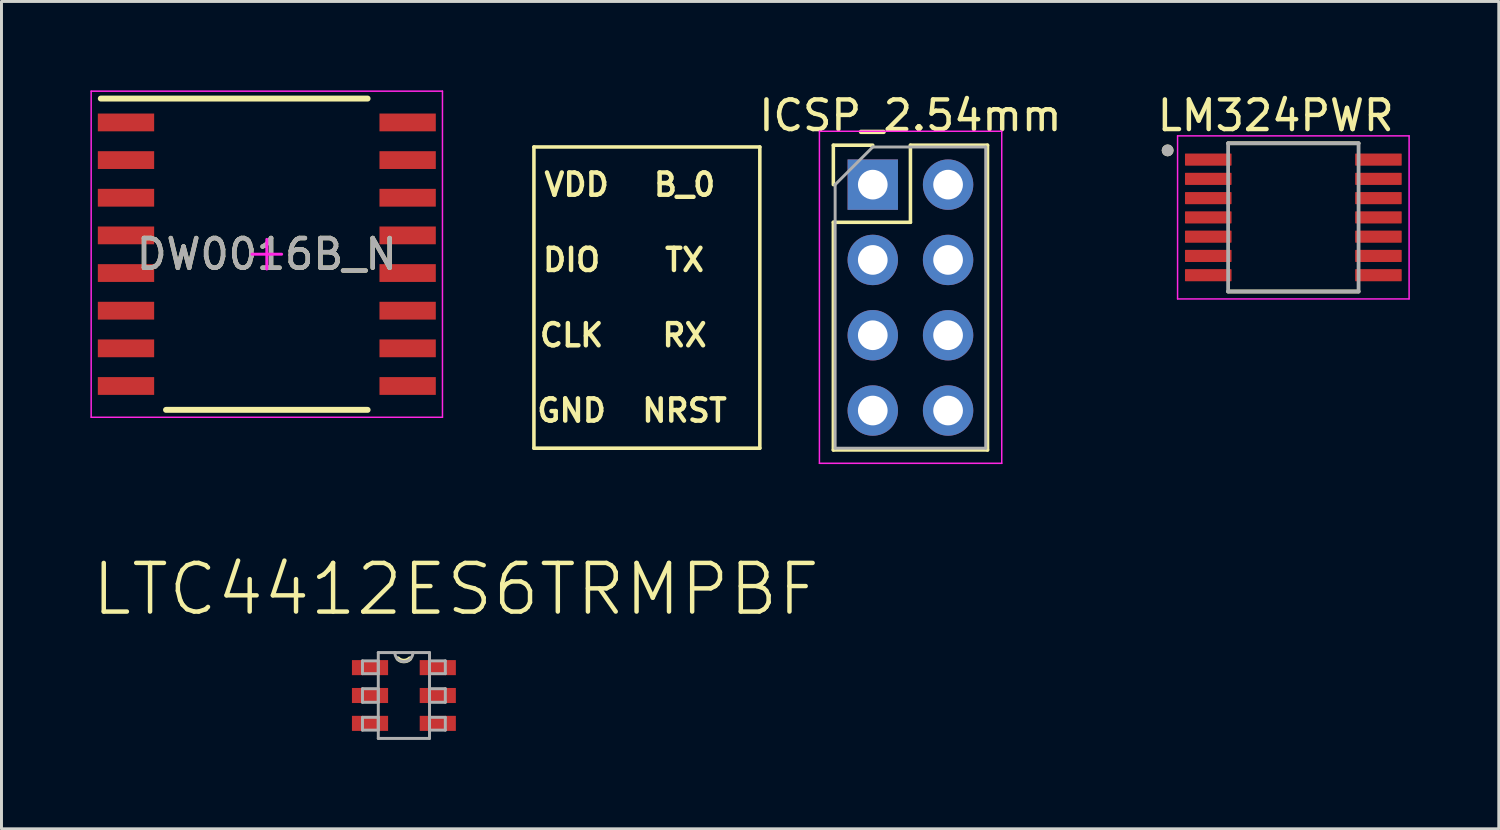
<source format=kicad_pcb>
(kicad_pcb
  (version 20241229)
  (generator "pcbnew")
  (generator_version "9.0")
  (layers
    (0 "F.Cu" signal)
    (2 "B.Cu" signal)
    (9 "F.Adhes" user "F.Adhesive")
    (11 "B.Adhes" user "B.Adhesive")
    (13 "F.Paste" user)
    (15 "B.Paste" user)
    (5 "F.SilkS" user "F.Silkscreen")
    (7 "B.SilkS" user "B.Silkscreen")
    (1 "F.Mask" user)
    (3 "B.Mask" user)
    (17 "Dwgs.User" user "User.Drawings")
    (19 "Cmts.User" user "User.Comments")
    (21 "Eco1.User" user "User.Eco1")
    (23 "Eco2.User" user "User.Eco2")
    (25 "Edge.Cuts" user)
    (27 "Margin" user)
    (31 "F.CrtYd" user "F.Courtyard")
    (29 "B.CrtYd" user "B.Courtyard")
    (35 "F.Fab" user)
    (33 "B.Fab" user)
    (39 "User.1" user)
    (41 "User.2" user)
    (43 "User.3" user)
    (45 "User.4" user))
  (footprint "DW0016B_N"
    (layer "F.Cu")
    (at 5.95 5.525)
    (property "Reference" "DW0016B_N" (at 0 0 0) (unlocked yes) (layer "F.SilkS") (effects (font (size 1 1) (thickness 0.15))))
    (attr smd)
    (fp_line (start -5.6 -5.25) (end 3.4 -5.25) (stroke (width 0.2) (type solid)) (layer "F.SilkS"))
    (fp_line (start -3.4 5.25) (end 3.4 5.25) (stroke (width 0.2) (type solid)) (layer "F.SilkS"))
    (fp_line (start -5.925 -5.5) (end 5.925 -5.5) (stroke (width 0.05) (type solid)) (layer "F.CrtYd"))
    (fp_line (start -5.925 5.5) (end -5.925 -5.5) (stroke (width 0.05) (type solid)) (layer "F.CrtYd"))
    (fp_line (start -5.925 5.5) (end 5.925 5.5) (stroke (width 0.05) (type solid)) (layer "F.CrtYd"))
    (fp_line (start -0.5 0) (end 0.5 0) (stroke (width 0.1) (type solid)) (layer "F.CrtYd"))
    (fp_line (start 0 0.5) (end 0 -0.5) (stroke (width 0.1) (type solid)) (layer "F.CrtYd"))
    (fp_line (start 5.925 5.5) (end 5.925 -5.5) (stroke (width 0.05) (type solid)) (layer "F.CrtYd"))
    (fp_text user "${REFERENCE}" (at 0 0 0) (unlocked yes) (layer "F.Fab") (effects (font (size 1 1) (thickness 0.15))))
    (pad "1" smd rect (at -4.75 -4.445 90) (size 0.6 1.9) (layers "F.Cu" "F.Mask" "F.Paste"))
    (pad "2" smd rect (at -4.75 -3.175 90) (size 0.6 1.9) (layers "F.Cu" "F.Mask" "F.Paste"))
    (pad "3" smd rect (at -4.75 -1.905 90) (size 0.6 1.9) (layers "F.Cu" "F.Mask" "F.Paste"))
    (pad "4" smd rect (at -4.75 -0.635 90) (size 0.6 1.9) (layers "F.Cu" "F.Mask" "F.Paste"))
    (pad "5" smd rect (at -4.75 0.635 90) (size 0.6 1.9) (layers "F.Cu" "F.Mask" "F.Paste"))
    (pad "6" smd rect (at -4.75 1.905 90) (size 0.6 1.9) (layers "F.Cu" "F.Mask" "F.Paste"))
    (pad "7" smd rect (at -4.75 3.175 90) (size 0.6 1.9) (layers "F.Cu" "F.Mask" "F.Paste"))
    (pad "8" smd rect (at -4.75 4.445 90) (size 0.6 1.9) (layers "F.Cu" "F.Mask" "F.Paste"))
    (pad "9" smd rect (at 4.75 4.445 90) (size 0.6 1.9) (layers "F.Cu" "F.Mask" "F.Paste"))
    (pad "10" smd rect (at 4.75 3.175 90) (size 0.6 1.9) (layers "F.Cu" "F.Mask" "F.Paste"))
    (pad "11" smd rect (at 4.75 1.905 90) (size 0.6 1.9) (layers "F.Cu" "F.Mask" "F.Paste"))
    (pad "12" smd rect (at 4.75 0.635 90) (size 0.6 1.9) (layers "F.Cu" "F.Mask" "F.Paste"))
    (pad "13" smd rect (at 4.75 -0.635 90) (size 0.6 1.9) (layers "F.Cu" "F.Mask" "F.Paste"))
    (pad "14" smd rect (at 4.75 -1.905 90) (size 0.6 1.9) (layers "F.Cu" "F.Mask" "F.Paste"))
    (pad "15" smd rect (at 4.75 -3.175 90) (size 0.6 1.9) (layers "F.Cu" "F.Mask" "F.Paste"))
    (pad "16" smd rect (at 4.75 -4.445 90) (size 0.6 1.9) (layers "F.Cu" "F.Mask" "F.Paste")))
  (footprint "LM324PWR"
    (layer "F.Cu")
    (at 40.576 4.283)
    (property "Reference" "LM324PWR" (at -0.595 -3.435 0) (layer "F.SilkS") (effects (font (size 1 1) (thickness 0.15))))
    (attr smd)
    (fp_line (start -2.2 -2.5) (end 2.2 -2.5) (stroke (width 0.127) (type solid)) (layer "F.SilkS"))
    (fp_line (start -2.2 2.5) (end 2.2 2.5) (stroke (width 0.127) (type solid)) (layer "F.SilkS"))
    (fp_circle (center -4.24 -2.26) (end -4.14 -2.26) (stroke (width 0.2) (type solid)) (fill no) (layer "F.SilkS"))
    (fp_line (start -3.905 -2.75) (end -3.905 2.75) (stroke (width 0.05) (type solid)) (layer "F.CrtYd"))
    (fp_line (start -3.905 -2.75) (end 3.905 -2.75) (stroke (width 0.05) (type solid)) (layer "F.CrtYd"))
    (fp_line (start -3.905 2.75) (end 3.905 2.75) (stroke (width 0.05) (type solid)) (layer "F.CrtYd"))
    (fp_line (start 3.905 -2.75) (end 3.905 2.75) (stroke (width 0.05) (type solid)) (layer "F.CrtYd"))
    (fp_line (start -2.2 -2.5) (end -2.2 2.5) (stroke (width 0.127) (type solid)) (layer "F.Fab"))
    (fp_line (start -2.2 -2.5) (end 2.2 -2.5) (stroke (width 0.127) (type solid)) (layer "F.Fab"))
    (fp_line (start -2.2 2.5) (end 2.2 2.5) (stroke (width 0.127) (type solid)) (layer "F.Fab"))
    (fp_line (start 2.2 -2.5) (end 2.2 2.5) (stroke (width 0.127) (type solid)) (layer "F.Fab"))
    (fp_circle (center -4.24 -2.26) (end -4.14 -2.26) (stroke (width 0.2) (type solid)) (fill no) (layer "F.Fab"))
    (pad "1" smd roundrect (at -2.87 -1.95) (size 1.57 0.41) (layers "F.Cu" "F.Mask" "F.Paste") (roundrect_rratio 0.05))
    (pad "2" smd roundrect (at -2.87 -1.3) (size 1.57 0.41) (layers "F.Cu" "F.Mask" "F.Paste") (roundrect_rratio 0.05))
    (pad "3" smd roundrect (at -2.87 -0.65) (size 1.57 0.41) (layers "F.Cu" "F.Mask" "F.Paste") (roundrect_rratio 0.05))
    (pad "4" smd roundrect (at -2.87 0) (size 1.57 0.41) (layers "F.Cu" "F.Mask" "F.Paste") (roundrect_rratio 0.05))
    (pad "5" smd roundrect (at -2.87 0.65) (size 1.57 0.41) (layers "F.Cu" "F.Mask" "F.Paste") (roundrect_rratio 0.05))
    (pad "6" smd roundrect (at -2.87 1.3) (size 1.57 0.41) (layers "F.Cu" "F.Mask" "F.Paste") (roundrect_rratio 0.05))
    (pad "7" smd roundrect (at -2.87 1.95) (size 1.57 0.41) (layers "F.Cu" "F.Mask" "F.Paste") (roundrect_rratio 0.05))
    (pad "8" smd roundrect (at 2.87 1.95) (size 1.57 0.41) (layers "F.Cu" "F.Mask" "F.Paste") (roundrect_rratio 0.05))
    (pad "9" smd roundrect (at 2.87 1.3) (size 1.57 0.41) (layers "F.Cu" "F.Mask" "F.Paste") (roundrect_rratio 0.05))
    (pad "10" smd roundrect (at 2.87 0.65) (size 1.57 0.41) (layers "F.Cu" "F.Mask" "F.Paste") (roundrect_rratio 0.05))
    (pad "11" smd roundrect (at 2.87 0) (size 1.57 0.41) (layers "F.Cu" "F.Mask" "F.Paste") (roundrect_rratio 0.05))
    (pad "12" smd roundrect (at 2.87 -0.65) (size 1.57 0.41) (layers "F.Cu" "F.Mask" "F.Paste") (roundrect_rratio 0.05))
    (pad "13" smd roundrect (at 2.87 -1.3) (size 1.57 0.41) (layers "F.Cu" "F.Mask" "F.Paste") (roundrect_rratio 0.05))
    (pad "14" smd roundrect (at 2.87 -1.95) (size 1.57 0.41) (layers "F.Cu" "F.Mask" "F.Paste") (roundrect_rratio 0.05)))
  (footprint "LTC4412ES6TRMPBF"
    (layer "F.Cu")
    (at 10.574 20.41)
    (property "Reference" "LTC4412ES6TRMPBF" (at 1.753 -3.583 0) (layer "F.SilkS") (effects (font (size 1.641 1.641) (thickness 0.15))))
    (attr smd)
    (fp_arc (start 0.2032 -1.2446) (mid 0 -1.162502) (end -0.2032 -1.2446) (stroke (width 0.1524) (type solid)) (layer "F.SilkS"))
    (fp_line (start -1.397 -1.168) (end -1.397 -0.737) (stroke (width 0.1) (type solid)) (layer "F.Fab"))
    (fp_line (start -1.397 -0.737) (end -0.864 -0.737) (stroke (width 0.1) (type solid)) (layer "F.Fab"))
    (fp_line (start -1.397 -0.229) (end -1.397 0.229) (stroke (width 0.1) (type solid)) (layer "F.Fab"))
    (fp_line (start -1.397 0.229) (end -0.864 0.229) (stroke (width 0.1) (type solid)) (layer "F.Fab"))
    (fp_line (start -1.397 0.737) (end -1.397 1.168) (stroke (width 0.1) (type solid)) (layer "F.Fab"))
    (fp_line (start -1.397 1.168) (end -0.864 1.168) (stroke (width 0.1) (type solid)) (layer "F.Fab"))
    (fp_line (start -0.864 -1.448) (end -0.864 1.448) (stroke (width 0.1) (type solid)) (layer "F.Fab"))
    (fp_line (start -0.864 -1.168) (end -1.397 -1.168) (stroke (width 0.1) (type solid)) (layer "F.Fab"))
    (fp_line (start -0.864 -0.737) (end -0.864 -1.168) (stroke (width 0.1) (type solid)) (layer "F.Fab"))
    (fp_line (start -0.864 -0.229) (end -1.397 -0.229) (stroke (width 0.1) (type solid)) (layer "F.Fab"))
    (fp_line (start -0.864 0.229) (end -0.864 -0.229) (stroke (width 0.1) (type solid)) (layer "F.Fab"))
    (fp_line (start -0.864 0.737) (end -1.397 0.737) (stroke (width 0.1) (type solid)) (layer "F.Fab"))
    (fp_line (start -0.864 1.168) (end -0.864 0.737) (stroke (width 0.1) (type solid)) (layer "F.Fab"))
    (fp_line (start -0.864 1.448) (end 0.864 1.448) (stroke (width 0.1) (type solid)) (layer "F.Fab"))
    (fp_line (start -0.305 -1.448) (end -0.864 -1.448) (stroke (width 0.1) (type solid)) (layer "F.Fab"))
    (fp_line (start 0.305 -1.448) (end -0.305 -1.448) (stroke (width 0.1) (type solid)) (layer "F.Fab"))
    (fp_line (start 0.864 -1.448) (end 0.305 -1.448) (stroke (width 0.1) (type solid)) (layer "F.Fab"))
    (fp_line (start 0.864 -1.168) (end 0.864 -0.737) (stroke (width 0.1) (type solid)) (layer "F.Fab"))
    (fp_line (start 0.864 -0.737) (end 1.397 -0.737) (stroke (width 0.1) (type solid)) (layer "F.Fab"))
    (fp_line (start 0.864 -0.229) (end 0.864 0.229) (stroke (width 0.1) (type solid)) (layer "F.Fab"))
    (fp_line (start 0.864 0.229) (end 1.397 0.229) (stroke (width 0.1) (type solid)) (layer "F.Fab"))
    (fp_line (start 0.864 0.737) (end 0.864 1.168) (stroke (width 0.1) (type solid)) (layer "F.Fab"))
    (fp_line (start 0.864 1.168) (end 1.397 1.168) (stroke (width 0.1) (type solid)) (layer "F.Fab"))
    (fp_line (start 0.864 1.448) (end 0.864 -1.448) (stroke (width 0.1) (type solid)) (layer "F.Fab"))
    (fp_line (start 1.397 -1.168) (end 0.864 -1.168) (stroke (width 0.1) (type solid)) (layer "F.Fab"))
    (fp_line (start 1.397 -0.737) (end 1.397 -1.168) (stroke (width 0.1) (type solid)) (layer "F.Fab"))
    (fp_line (start 1.397 -0.229) (end 0.864 -0.229) (stroke (width 0.1) (type solid)) (layer "F.Fab"))
    (fp_line (start 1.397 0.229) (end 1.397 -0.229) (stroke (width 0.1) (type solid)) (layer "F.Fab"))
    (fp_line (start 1.397 0.737) (end 0.864 0.737) (stroke (width 0.1) (type solid)) (layer "F.Fab"))
    (fp_line (start 1.397 1.168) (end 1.397 0.737) (stroke (width 0.1) (type solid)) (layer "F.Fab"))
    (fp_arc (start 0.3048 -1.4478) (mid 0 -1.143) (end -0.3048 -1.4478) (stroke (width 0.1) (type solid)) (layer "F.Fab"))
    (pad "1" smd rect (at -1.143 -0.94) (size 1.219 0.508) (layers "F.Cu" "F.Mask" "F.Paste"))
    (pad "2" smd rect (at -1.143 0) (size 1.219 0.508) (layers "F.Cu" "F.Mask" "F.Paste"))
    (pad "3" smd rect (at -1.143 0.94) (size 1.219 0.508) (layers "F.Cu" "F.Mask" "F.Paste"))
    (pad "4" smd rect (at 1.143 0.94) (size 1.219 0.508) (layers "F.Cu" "F.Mask" "F.Paste"))
    (pad "5" smd rect (at 1.143 0) (size 1.219 0.508) (layers "F.Cu" "F.Mask" "F.Paste"))
    (pad "6" smd rect (at 1.143 -0.94) (size 1.219 0.508) (layers "F.Cu" "F.Mask" "F.Paste")))
  (footprint "ICSP_2.54mm"
    (layer "F.Cu")
    (at 26.39 3.178)
    (property "Reference" "ICSP_2.54mm" (at 1.27 -2.33 0) (layer "F.SilkS") (effects (font (size 1 1) (thickness 0.15))))
    (attr through_hole)
    (fp_line (start -11.43 -1.27) (end -11.43 8.89) (stroke (width 0.12) (type solid)) (layer "F.SilkS"))
    (fp_line (start -11.43 -1.27) (end -3.81 -1.27) (stroke (width 0.12) (type solid)) (layer "F.SilkS"))
    (fp_line (start -11.43 8.89) (end -3.81 8.89) (stroke (width 0.12) (type solid)) (layer "F.SilkS"))
    (fp_line (start -3.81 8.89) (end -3.81 -1.27) (stroke (width 0.12) (type solid)) (layer "F.SilkS"))
    (fp_line (start -1.33 -1.33) (end 0 -1.33) (stroke (width 0.12) (type solid)) (layer "F.SilkS"))
    (fp_line (start -1.33 0) (end -1.33 -1.33) (stroke (width 0.12) (type solid)) (layer "F.SilkS"))
    (fp_line (start -1.33 1.27) (end -1.33 8.95) (stroke (width 0.12) (type solid)) (layer "F.SilkS"))
    (fp_line (start -1.33 1.27) (end 1.27 1.27) (stroke (width 0.12) (type solid)) (layer "F.SilkS"))
    (fp_line (start -1.33 8.95) (end 3.87 8.95) (stroke (width 0.12) (type solid)) (layer "F.SilkS"))
    (fp_line (start 1.27 -1.33) (end 3.87 -1.33) (stroke (width 0.12) (type solid)) (layer "F.SilkS"))
    (fp_line (start 1.27 1.27) (end 1.27 -1.33) (stroke (width 0.12) (type solid)) (layer "F.SilkS"))
    (fp_line (start 3.87 -1.33) (end 3.87 8.95) (stroke (width 0.12) (type solid)) (layer "F.SilkS"))
    (fp_line (start -1.8 -1.8) (end -1.8 9.4) (stroke (width 0.05) (type solid)) (layer "F.CrtYd"))
    (fp_line (start -1.8 9.4) (end 4.35 9.4) (stroke (width 0.05) (type solid)) (layer "F.CrtYd"))
    (fp_line (start 4.35 -1.8) (end -1.8 -1.8) (stroke (width 0.05) (type solid)) (layer "F.CrtYd"))
    (fp_line (start 4.35 9.4) (end 4.35 -1.8) (stroke (width 0.05) (type solid)) (layer "F.CrtYd"))
    (fp_line (start -1.27 0) (end 0 -1.27) (stroke (width 0.1) (type solid)) (layer "F.Fab"))
    (fp_line (start -1.27 8.89) (end -1.27 0) (stroke (width 0.1) (type solid)) (layer "F.Fab"))
    (fp_line (start 0 -1.27) (end 3.81 -1.27) (stroke (width 0.1) (type solid)) (layer "F.Fab"))
    (fp_line (start 3.81 -1.27) (end 3.81 8.89) (stroke (width 0.1) (type solid)) (layer "F.Fab"))
    (fp_line (start 3.81 8.89) (end -1.27 8.89) (stroke (width 0.1) (type solid)) (layer "F.Fab"))
    (fp_text user "TX" (at -6.35 2.54 0) (layer "F.SilkS") (effects (font (size 0.75 0.75) (thickness 0.15))))
    (fp_text user "VDD" (at -9.99 0 0) (layer "F.SilkS") (effects (font (size 0.75 0.75) (thickness 0.15))))
    (fp_text user "RX" (at -6.35 5.08 0) (layer "F.SilkS") (effects (font (size 0.75 0.75) (thickness 0.15))))
    (fp_text user "DIO" (at -10.16 2.54 0) (layer "F.SilkS") (effects (font (size 0.75 0.75) (thickness 0.15))))
    (fp_text user "B_0" (at -6.35 0 0) (layer "F.SilkS") (effects (font (size 0.75 0.75) (thickness 0.15))))
    (fp_text user "NRST" (at -6.35 7.62 0) (layer "F.SilkS") (effects (font (size 0.75 0.75) (thickness 0.15))))
    (fp_text user "CLK" (at -10.16 5.08 0) (layer "F.SilkS") (effects (font (size 0.75 0.75) (thickness 0.15))))
    (fp_text user "GND" (at -10.16 7.62 0) (layer "F.SilkS") (effects (font (size 0.75 0.75) (thickness 0.15))))
    (pad "1" thru_hole rect (at 0 0) (size 1.7 1.7) (drill 1) (layers "*.Cu" "*.Mask"))
    (pad "2" thru_hole oval (at 2.54 0) (size 1.7 1.7) (drill 1) (layers "*.Cu" "*.Mask"))
    (pad "3" thru_hole oval (at 0 2.54) (size 1.7 1.7) (drill 1) (layers "*.Cu" "*.Mask"))
    (pad "4" thru_hole oval (at 2.54 2.54) (size 1.7 1.7) (drill 1) (layers "*.Cu" "*.Mask"))
    (pad "5" thru_hole oval (at 0 5.08) (size 1.7 1.7) (drill 1) (layers "*.Cu" "*.Mask"))
    (pad "6" thru_hole oval (at 2.54 5.08) (size 1.7 1.7) (drill 1) (layers "*.Cu" "*.Mask"))
    (pad "7" thru_hole oval (at 0 7.62) (size 1.7 1.7) (drill 1) (layers "*.Cu" "*.Mask"))
    (pad "8" thru_hole oval (at 2.54 7.62) (size 1.7 1.7) (drill 1) (layers "*.Cu" "*.Mask")))
  (gr_rect
    (start -3 -3)
    (end 47.506 24.907)
    (stroke (width 0.1) (type default))
    (fill no)
    (layer "Edge.Cuts")))
</source>
